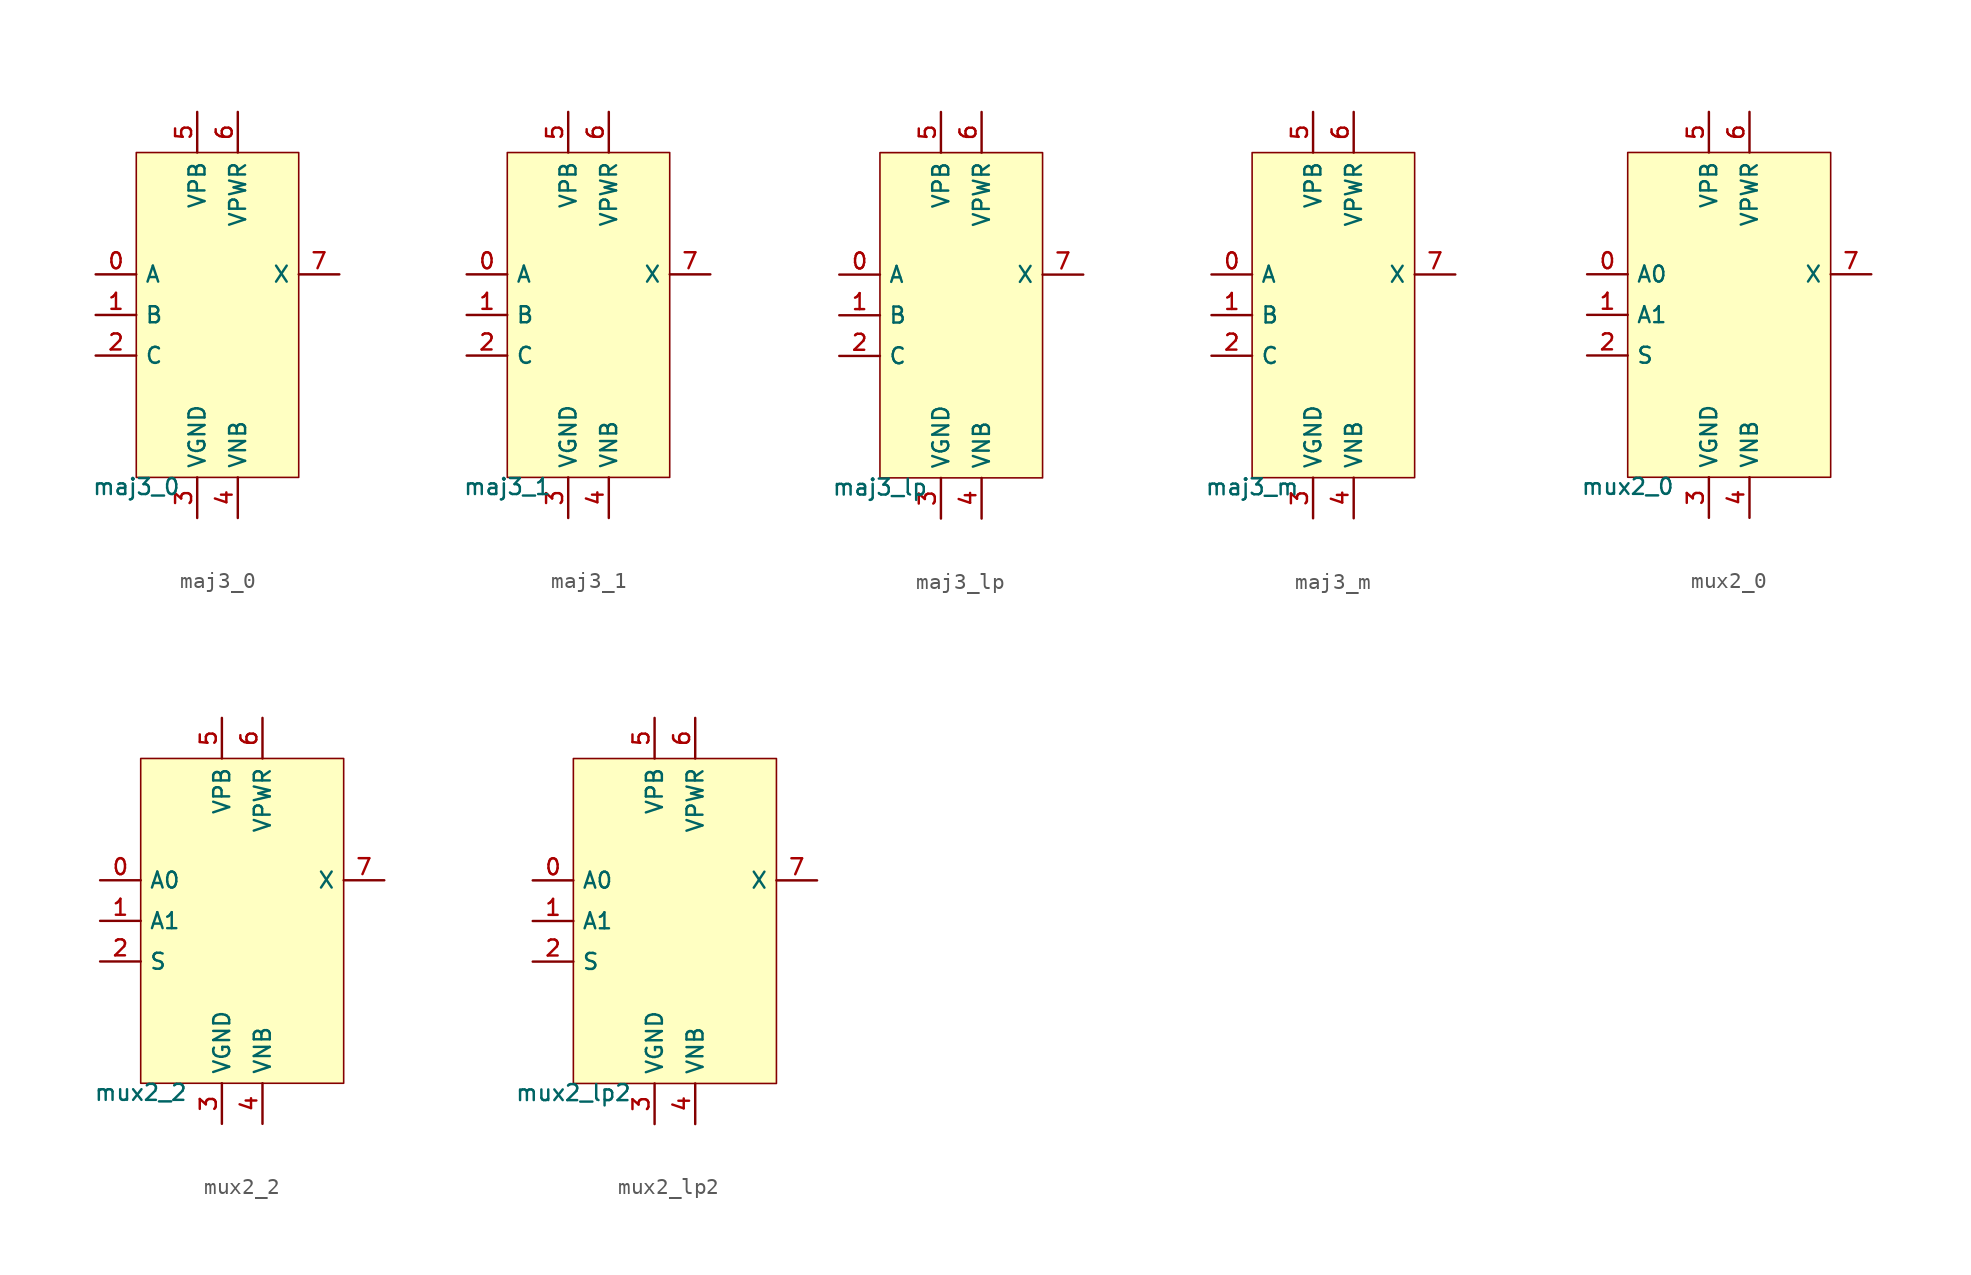
<source format=kicad_sym>
(kicad_symbol_lib
  (version 20211014)
  (generator pdk2kicad)
  (symbol "maj3_0"
    (property "Reference" "X"
      (at 0 0 0)
      (effects (font (size 1 1)) hide))
    (property "Value" "maj3_0"
      (at -5.08 -10.16 0)
      (effects (font (size 1 1)) (justify top)))
    (rectangle
      (start -5.08 -10.16)
      (end 5.08 10.16)
      (stroke (width 0.1) (type solid) (color 0 0 0 0))
      (fill (type background)))
    (pin input line
      (at -7.62 2.54 0)
      (length 2.54)
      (name "A" (effects (font (size 1 1)) hide))
      (number "0" (effects (font (size 1 1)) hide)))
    (pin input line
      (at -7.62 0.0 0)
      (length 2.54)
      (name "B" (effects (font (size 1 1)) hide))
      (number "1" (effects (font (size 1 1)) hide)))
    (pin input line
      (at -7.62 -2.54 0)
      (length 2.54)
      (name "C" (effects (font (size 1 1)) hide))
      (number "2" (effects (font (size 1 1)) hide)))
    (pin power_in line
      (at -1.27 -12.7 90)
      (length 2.54)
      (name "VGND" (effects (font (size 1 1)) hide))
      (number "3" (effects (font (size 1 1)) hide)))
    (pin power_in line
      (at 1.27 -12.7 90)
      (length 2.54)
      (name "VNB" (effects (font (size 1 1)) hide))
      (number "4" (effects (font (size 1 1)) hide)))
    (pin power_in line
      (at -1.27 12.7 270)
      (length 2.54)
      (name "VPB" (effects (font (size 1 1)) hide))
      (number "5" (effects (font (size 1 1)) hide)))
    (pin power_in line
      (at 1.27 12.7 270)
      (length 2.54)
      (name "VPWR" (effects (font (size 1 1)) hide))
      (number "6" (effects (font (size 1 1)) hide)))
    (pin output line
      (at 7.62 2.54 180)
      (length 2.54)
      (name "X" (effects (font (size 1 1)) hide))
      (number "7" (effects (font (size 1 1)) hide))))
  (symbol "maj3_1"
    (property "Reference" "X"
      (at 0 0 0)
      (effects (font (size 1 1)) hide))
    (property "Value" "maj3_1"
      (at -5.08 -10.16 0)
      (effects (font (size 1 1)) (justify top)))
    (rectangle
      (start -5.08 -10.16)
      (end 5.08 10.16)
      (stroke (width 0.1) (type solid) (color 0 0 0 0))
      (fill (type background)))
    (pin input line
      (at -7.62 2.54 0)
      (length 2.54)
      (name "A" (effects (font (size 1 1)) hide))
      (number "0" (effects (font (size 1 1)) hide)))
    (pin input line
      (at -7.62 0.0 0)
      (length 2.54)
      (name "B" (effects (font (size 1 1)) hide))
      (number "1" (effects (font (size 1 1)) hide)))
    (pin input line
      (at -7.62 -2.54 0)
      (length 2.54)
      (name "C" (effects (font (size 1 1)) hide))
      (number "2" (effects (font (size 1 1)) hide)))
    (pin power_in line
      (at -1.27 -12.7 90)
      (length 2.54)
      (name "VGND" (effects (font (size 1 1)) hide))
      (number "3" (effects (font (size 1 1)) hide)))
    (pin power_in line
      (at 1.27 -12.7 90)
      (length 2.54)
      (name "VNB" (effects (font (size 1 1)) hide))
      (number "4" (effects (font (size 1 1)) hide)))
    (pin power_in line
      (at -1.27 12.7 270)
      (length 2.54)
      (name "VPB" (effects (font (size 1 1)) hide))
      (number "5" (effects (font (size 1 1)) hide)))
    (pin power_in line
      (at 1.27 12.7 270)
      (length 2.54)
      (name "VPWR" (effects (font (size 1 1)) hide))
      (number "6" (effects (font (size 1 1)) hide)))
    (pin output line
      (at 7.62 2.54 180)
      (length 2.54)
      (name "X" (effects (font (size 1 1)) hide))
      (number "7" (effects (font (size 1 1)) hide))))
  (symbol "maj3_lp"
    (property "Reference" "X"
      (at 0 0 0)
      (effects (font (size 1 1)) hide))
    (property "Value" "maj3_lp"
      (at -5.08 -10.16 0)
      (effects (font (size 1 1)) (justify top)))
    (rectangle
      (start -5.08 -10.16)
      (end 5.08 10.16)
      (stroke (width 0.1) (type solid) (color 0 0 0 0))
      (fill (type background)))
    (pin input line
      (at -7.62 2.54 0)
      (length 2.54)
      (name "A" (effects (font (size 1 1)) hide))
      (number "0" (effects (font (size 1 1)) hide)))
    (pin input line
      (at -7.62 0.0 0)
      (length 2.54)
      (name "B" (effects (font (size 1 1)) hide))
      (number "1" (effects (font (size 1 1)) hide)))
    (pin input line
      (at -7.62 -2.54 0)
      (length 2.54)
      (name "C" (effects (font (size 1 1)) hide))
      (number "2" (effects (font (size 1 1)) hide)))
    (pin power_in line
      (at -1.27 -12.7 90)
      (length 2.54)
      (name "VGND" (effects (font (size 1 1)) hide))
      (number "3" (effects (font (size 1 1)) hide)))
    (pin power_in line
      (at 1.27 -12.7 90)
      (length 2.54)
      (name "VNB" (effects (font (size 1 1)) hide))
      (number "4" (effects (font (size 1 1)) hide)))
    (pin power_in line
      (at -1.27 12.7 270)
      (length 2.54)
      (name "VPB" (effects (font (size 1 1)) hide))
      (number "5" (effects (font (size 1 1)) hide)))
    (pin power_in line
      (at 1.27 12.7 270)
      (length 2.54)
      (name "VPWR" (effects (font (size 1 1)) hide))
      (number "6" (effects (font (size 1 1)) hide)))
    (pin output line
      (at 7.62 2.54 180)
      (length 2.54)
      (name "X" (effects (font (size 1 1)) hide))
      (number "7" (effects (font (size 1 1)) hide))))
  (symbol "maj3_m"
    (property "Reference" "X"
      (at 0 0 0)
      (effects (font (size 1 1)) hide))
    (property "Value" "maj3_m"
      (at -5.08 -10.16 0)
      (effects (font (size 1 1)) (justify top)))
    (rectangle
      (start -5.08 -10.16)
      (end 5.08 10.16)
      (stroke (width 0.1) (type solid) (color 0 0 0 0))
      (fill (type background)))
    (pin input line
      (at -7.62 2.54 0)
      (length 2.54)
      (name "A" (effects (font (size 1 1)) hide))
      (number "0" (effects (font (size 1 1)) hide)))
    (pin input line
      (at -7.62 0.0 0)
      (length 2.54)
      (name "B" (effects (font (size 1 1)) hide))
      (number "1" (effects (font (size 1 1)) hide)))
    (pin input line
      (at -7.62 -2.54 0)
      (length 2.54)
      (name "C" (effects (font (size 1 1)) hide))
      (number "2" (effects (font (size 1 1)) hide)))
    (pin power_in line
      (at -1.27 -12.7 90)
      (length 2.54)
      (name "VGND" (effects (font (size 1 1)) hide))
      (number "3" (effects (font (size 1 1)) hide)))
    (pin power_in line
      (at 1.27 -12.7 90)
      (length 2.54)
      (name "VNB" (effects (font (size 1 1)) hide))
      (number "4" (effects (font (size 1 1)) hide)))
    (pin power_in line
      (at -1.27 12.7 270)
      (length 2.54)
      (name "VPB" (effects (font (size 1 1)) hide))
      (number "5" (effects (font (size 1 1)) hide)))
    (pin power_in line
      (at 1.27 12.7 270)
      (length 2.54)
      (name "VPWR" (effects (font (size 1 1)) hide))
      (number "6" (effects (font (size 1 1)) hide)))
    (pin output line
      (at 7.62 2.54 180)
      (length 2.54)
      (name "X" (effects (font (size 1 1)) hide))
      (number "7" (effects (font (size 1 1)) hide))))
  (symbol "mux2_0"
    (property "Reference" "X"
      (at 0 0 0)
      (effects (font (size 1 1)) hide))
    (property "Value" "mux2_0"
      (at -6.35 -10.16 0)
      (effects (font (size 1 1)) (justify top)))
    (rectangle
      (start -6.35 -10.16)
      (end 6.35 10.16)
      (stroke (width 0.1) (type solid) (color 0 0 0 0))
      (fill (type background)))
    (pin input line
      (at -8.89 2.54 0)
      (length 2.54)
      (name "A0" (effects (font (size 1 1)) hide))
      (number "0" (effects (font (size 1 1)) hide)))
    (pin input line
      (at -8.89 0.0 0)
      (length 2.54)
      (name "A1" (effects (font (size 1 1)) hide))
      (number "1" (effects (font (size 1 1)) hide)))
    (pin input line
      (at -8.89 -2.54 0)
      (length 2.54)
      (name "S" (effects (font (size 1 1)) hide))
      (number "2" (effects (font (size 1 1)) hide)))
    (pin power_in line
      (at -1.27 -12.7 90)
      (length 2.54)
      (name "VGND" (effects (font (size 1 1)) hide))
      (number "3" (effects (font (size 1 1)) hide)))
    (pin power_in line
      (at 1.27 -12.7 90)
      (length 2.54)
      (name "VNB" (effects (font (size 1 1)) hide))
      (number "4" (effects (font (size 1 1)) hide)))
    (pin power_in line
      (at -1.27 12.7 270)
      (length 2.54)
      (name "VPB" (effects (font (size 1 1)) hide))
      (number "5" (effects (font (size 1 1)) hide)))
    (pin power_in line
      (at 1.27 12.7 270)
      (length 2.54)
      (name "VPWR" (effects (font (size 1 1)) hide))
      (number "6" (effects (font (size 1 1)) hide)))
    (pin output line
      (at 8.89 2.54 180)
      (length 2.54)
      (name "X" (effects (font (size 1 1)) hide))
      (number "7" (effects (font (size 1 1)) hide))))
  (symbol "mux2_2"
    (property "Reference" "X"
      (at 0 0 0)
      (effects (font (size 1 1)) hide))
    (property "Value" "mux2_2"
      (at -6.35 -10.16 0)
      (effects (font (size 1 1)) (justify top)))
    (rectangle
      (start -6.35 -10.16)
      (end 6.35 10.16)
      (stroke (width 0.1) (type solid) (color 0 0 0 0))
      (fill (type background)))
    (pin input line
      (at -8.89 2.54 0)
      (length 2.54)
      (name "A0" (effects (font (size 1 1)) hide))
      (number "0" (effects (font (size 1 1)) hide)))
    (pin input line
      (at -8.89 0.0 0)
      (length 2.54)
      (name "A1" (effects (font (size 1 1)) hide))
      (number "1" (effects (font (size 1 1)) hide)))
    (pin input line
      (at -8.89 -2.54 0)
      (length 2.54)
      (name "S" (effects (font (size 1 1)) hide))
      (number "2" (effects (font (size 1 1)) hide)))
    (pin power_in line
      (at -1.27 -12.7 90)
      (length 2.54)
      (name "VGND" (effects (font (size 1 1)) hide))
      (number "3" (effects (font (size 1 1)) hide)))
    (pin power_in line
      (at 1.27 -12.7 90)
      (length 2.54)
      (name "VNB" (effects (font (size 1 1)) hide))
      (number "4" (effects (font (size 1 1)) hide)))
    (pin power_in line
      (at -1.27 12.7 270)
      (length 2.54)
      (name "VPB" (effects (font (size 1 1)) hide))
      (number "5" (effects (font (size 1 1)) hide)))
    (pin power_in line
      (at 1.27 12.7 270)
      (length 2.54)
      (name "VPWR" (effects (font (size 1 1)) hide))
      (number "6" (effects (font (size 1 1)) hide)))
    (pin output line
      (at 8.89 2.54 180)
      (length 2.54)
      (name "X" (effects (font (size 1 1)) hide))
      (number "7" (effects (font (size 1 1)) hide))))
  (symbol "mux2_lp2"
    (property "Reference" "X"
      (at 0 0 0)
      (effects (font (size 1 1)) hide))
    (property "Value" "mux2_lp2"
      (at -6.35 -10.16 0)
      (effects (font (size 1 1)) (justify top)))
    (rectangle
      (start -6.35 -10.16)
      (end 6.35 10.16)
      (stroke (width 0.1) (type solid) (color 0 0 0 0))
      (fill (type background)))
    (pin input line
      (at -8.89 2.54 0)
      (length 2.54)
      (name "A0" (effects (font (size 1 1)) hide))
      (number "0" (effects (font (size 1 1)) hide)))
    (pin input line
      (at -8.89 0.0 0)
      (length 2.54)
      (name "A1" (effects (font (size 1 1)) hide))
      (number "1" (effects (font (size 1 1)) hide)))
    (pin input line
      (at -8.89 -2.54 0)
      (length 2.54)
      (name "S" (effects (font (size 1 1)) hide))
      (number "2" (effects (font (size 1 1)) hide)))
    (pin power_in line
      (at -1.27 -12.7 90)
      (length 2.54)
      (name "VGND" (effects (font (size 1 1)) hide))
      (number "3" (effects (font (size 1 1)) hide)))
    (pin power_in line
      (at 1.27 -12.7 90)
      (length 2.54)
      (name "VNB" (effects (font (size 1 1)) hide))
      (number "4" (effects (font (size 1 1)) hide)))
    (pin power_in line
      (at -1.27 12.7 270)
      (length 2.54)
      (name "VPB" (effects (font (size 1 1)) hide))
      (number "5" (effects (font (size 1 1)) hide)))
    (pin power_in line
      (at 1.27 12.7 270)
      (length 2.54)
      (name "VPWR" (effects (font (size 1 1)) hide))
      (number "6" (effects (font (size 1 1)) hide)))
    (pin output line
      (at 8.89 2.54 180)
      (length 2.54)
      (name "X" (effects (font (size 1 1)) hide))
      (number "7" (effects (font (size 1 1)) hide)))))
</source>
